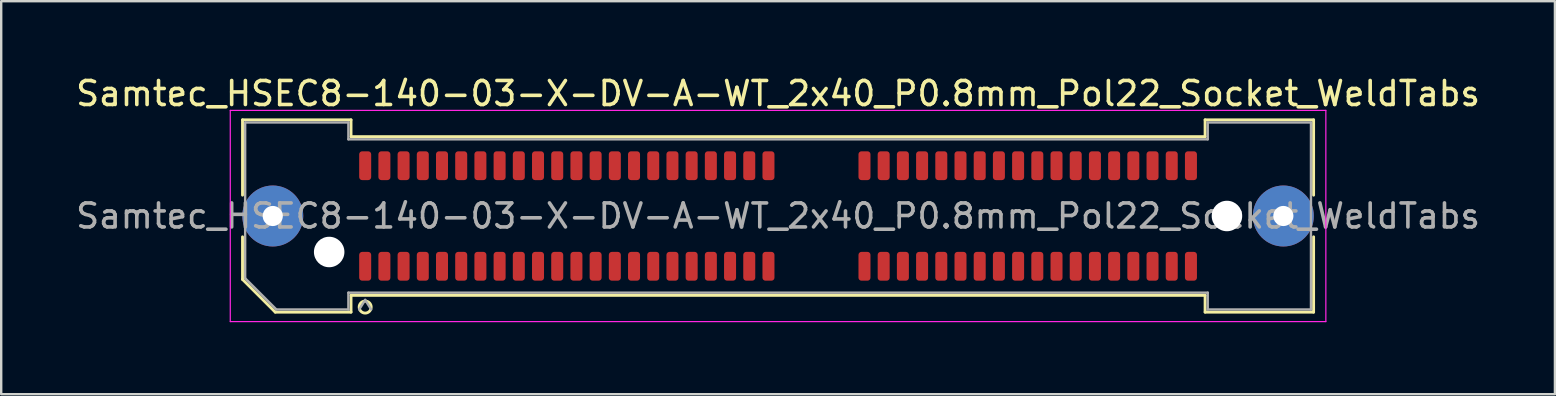
<source format=kicad_pcb>
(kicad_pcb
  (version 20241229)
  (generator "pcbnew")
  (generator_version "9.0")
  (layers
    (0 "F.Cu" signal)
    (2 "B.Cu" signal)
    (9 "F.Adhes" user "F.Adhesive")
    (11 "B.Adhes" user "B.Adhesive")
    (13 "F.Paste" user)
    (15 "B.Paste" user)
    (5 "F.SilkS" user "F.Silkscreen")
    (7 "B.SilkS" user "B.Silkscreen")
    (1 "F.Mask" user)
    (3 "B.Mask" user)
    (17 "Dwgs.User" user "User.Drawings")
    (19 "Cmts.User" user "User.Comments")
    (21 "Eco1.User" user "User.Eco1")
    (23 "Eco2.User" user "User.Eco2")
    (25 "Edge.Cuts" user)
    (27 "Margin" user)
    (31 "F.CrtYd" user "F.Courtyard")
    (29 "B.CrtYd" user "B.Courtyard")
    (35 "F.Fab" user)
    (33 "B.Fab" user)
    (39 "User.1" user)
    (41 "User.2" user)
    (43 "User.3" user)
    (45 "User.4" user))
  (footprint "Samtec_HSEC8-140-03-X-DV-A-WT_2x40_P0.8mm_Pol22_Socket_WeldTabs"
    (layer "F.Cu")
    (at 29.363 5.948)
    (property "Reference" "Samtec_HSEC8-140-03-X-DV-A-WT_2x40_P0.8mm_Pol22_Socket_WeldTabs" (at 0 -5.1 0) (layer "F.SilkS") (effects (font (size 1 1) (thickness 0.15))))
    (attr smd)
    (fp_line (start -22.31 -4.005) (end -17.79 -4.005) (stroke (width 0.12) (type solid)) (layer "F.SilkS"))
    (fp_line (start -22.31 -0.868) (end -22.31 -4.005) (stroke (width 0.12) (type solid)) (layer "F.SilkS"))
    (fp_line (start -22.31 2.641) (end -22.31 0.868) (stroke (width 0.12) (type solid)) (layer "F.SilkS"))
    (fp_line (start -20.946 4.005) (end -22.31 2.641) (stroke (width 0.12) (type solid)) (layer "F.SilkS"))
    (fp_line (start -17.79 -4.005) (end -17.79 -3.305) (stroke (width 0.12) (type solid)) (layer "F.SilkS"))
    (fp_line (start -17.79 -3.305) (end 17.79 -3.305) (stroke (width 0.12) (type solid)) (layer "F.SilkS"))
    (fp_line (start -17.79 3.305) (end -17.79 4.005) (stroke (width 0.12) (type solid)) (layer "F.SilkS"))
    (fp_line (start -17.79 4.005) (end -20.946 4.005) (stroke (width 0.12) (type solid)) (layer "F.SilkS"))
    (fp_line (start 17.79 -4.005) (end 22.31 -4.005) (stroke (width 0.12) (type solid)) (layer "F.SilkS"))
    (fp_line (start 17.79 -3.305) (end 17.79 -4.005) (stroke (width 0.12) (type solid)) (layer "F.SilkS"))
    (fp_line (start 17.79 3.305) (end -17.79 3.305) (stroke (width 0.12) (type solid)) (layer "F.SilkS"))
    (fp_line (start 17.79 4.005) (end 17.79 3.305) (stroke (width 0.12) (type solid)) (layer "F.SilkS"))
    (fp_line (start 22.31 -4.005) (end 22.31 -0.868) (stroke (width 0.12) (type solid)) (layer "F.SilkS"))
    (fp_line (start 22.31 0.868) (end 22.31 4.005) (stroke (width 0.12) (type solid)) (layer "F.SilkS"))
    (fp_line (start 22.31 4.005) (end 17.79 4.005) (stroke (width 0.12) (type solid)) (layer "F.SilkS"))
    (fp_arc (start -16.95 3.795) (mid -17.45 3.795) (end -16.95 3.795) (stroke (width 0.12) (type solid)) (layer "F.SilkS"))
    (fp_line (start -22.82 -4.4) (end -22.82 4.4) (stroke (width 0.05) (type solid)) (layer "F.CrtYd"))
    (fp_line (start -22.82 4.4) (end 22.82 4.4) (stroke (width 0.05) (type solid)) (layer "F.CrtYd"))
    (fp_line (start 22.82 -4.4) (end -22.82 -4.4) (stroke (width 0.05) (type solid)) (layer "F.CrtYd"))
    (fp_line (start 22.82 4.4) (end 22.82 -4.4) (stroke (width 0.05) (type solid)) (layer "F.CrtYd"))
    (fp_line (start -22.2 -3.895) (end -17.9 -3.895) (stroke (width 0.1) (type solid)) (layer "F.Fab"))
    (fp_line (start -22.2 2.595) (end -22.2 -3.895) (stroke (width 0.1) (type solid)) (layer "F.Fab"))
    (fp_line (start -20.9 3.895) (end -22.2 2.595) (stroke (width 0.1) (type solid)) (layer "F.Fab"))
    (fp_line (start -17.9 -3.895) (end -17.9 -3.195) (stroke (width 0.1) (type solid)) (layer "F.Fab"))
    (fp_line (start -17.9 -3.195) (end 17.9 -3.195) (stroke (width 0.1) (type solid)) (layer "F.Fab"))
    (fp_line (start -17.9 3.195) (end -17.9 3.895) (stroke (width 0.1) (type solid)) (layer "F.Fab"))
    (fp_line (start -17.9 3.895) (end -20.9 3.895) (stroke (width 0.1) (type solid)) (layer "F.Fab"))
    (fp_line (start -17.2 3.495) (end -17.45 3.895) (stroke (width 0.1) (type solid)) (layer "F.Fab"))
    (fp_line (start -17.2 3.495) (end -16.95 3.895) (stroke (width 0.1) (type solid)) (layer "F.Fab"))
    (fp_line (start 17.9 -3.895) (end 22.2 -3.895) (stroke (width 0.1) (type solid)) (layer "F.Fab"))
    (fp_line (start 17.9 -3.195) (end 17.9 -3.895) (stroke (width 0.1) (type solid)) (layer "F.Fab"))
    (fp_line (start 17.9 3.195) (end -17.9 3.195) (stroke (width 0.1) (type solid)) (layer "F.Fab"))
    (fp_line (start 17.9 3.895) (end 17.9 3.195) (stroke (width 0.1) (type solid)) (layer "F.Fab"))
    (fp_line (start 22.2 -3.895) (end 22.2 3.895) (stroke (width 0.1) (type solid)) (layer "F.Fab"))
    (fp_line (start 22.2 3.895) (end 17.9 3.895) (stroke (width 0.1) (type solid)) (layer "F.Fab"))
    (fp_text user "${REFERENCE}" (at 0 0 0) (layer "F.Fab") (effects (font (size 1 1) (thickness 0.15))))
    (pad "" thru_hole circle (at -21.05 0) (size 2.54 2.54) (drill 0.84) (layers "*.Cu" "*.Mask" "F.Paste"))
    (pad "" np_thru_hole circle (at -18.7 1.5) (size 1.27 1.27) (drill 1.27) (layers "*.Cu" "*.Mask"))
    (pad "" np_thru_hole circle (at 18.7 0) (size 1.27 1.27) (drill 1.27) (layers "*.Cu" "*.Mask"))
    (pad "" thru_hole circle (at 21.05 0) (size 2.54 2.54) (drill 0.84) (layers "*.Cu" "*.Mask" "F.Paste"))
    (pad "1" smd roundrect (at -17.2 2.095) (size 0.5 1.2) (layers "F.Cu" "F.Mask" "F.Paste") (roundrect_rratio 0.25))
    (pad "2" smd roundrect (at -17.2 -2.095) (size 0.5 1.2) (layers "F.Cu" "F.Mask" "F.Paste") (roundrect_rratio 0.25))
    (pad "3" smd roundrect (at -16.4 2.095) (size 0.5 1.2) (layers "F.Cu" "F.Mask" "F.Paste") (roundrect_rratio 0.25))
    (pad "4" smd roundrect (at -16.4 -2.095) (size 0.5 1.2) (layers "F.Cu" "F.Mask" "F.Paste") (roundrect_rratio 0.25))
    (pad "5" smd roundrect (at -15.6 2.095) (size 0.5 1.2) (layers "F.Cu" "F.Mask" "F.Paste") (roundrect_rratio 0.25))
    (pad "6" smd roundrect (at -15.6 -2.095) (size 0.5 1.2) (layers "F.Cu" "F.Mask" "F.Paste") (roundrect_rratio 0.25))
    (pad "7" smd roundrect (at -14.8 2.095) (size 0.5 1.2) (layers "F.Cu" "F.Mask" "F.Paste") (roundrect_rratio 0.25))
    (pad "8" smd roundrect (at -14.8 -2.095) (size 0.5 1.2) (layers "F.Cu" "F.Mask" "F.Paste") (roundrect_rratio 0.25))
    (pad "9" smd roundrect (at -14 2.095) (size 0.5 1.2) (layers "F.Cu" "F.Mask" "F.Paste") (roundrect_rratio 0.25))
    (pad "10" smd roundrect (at -14 -2.095) (size 0.5 1.2) (layers "F.Cu" "F.Mask" "F.Paste") (roundrect_rratio 0.25))
    (pad "11" smd roundrect (at -13.2 2.095) (size 0.5 1.2) (layers "F.Cu" "F.Mask" "F.Paste") (roundrect_rratio 0.25))
    (pad "12" smd roundrect (at -13.2 -2.095) (size 0.5 1.2) (layers "F.Cu" "F.Mask" "F.Paste") (roundrect_rratio 0.25))
    (pad "13" smd roundrect (at -12.4 2.095) (size 0.5 1.2) (layers "F.Cu" "F.Mask" "F.Paste") (roundrect_rratio 0.25))
    (pad "14" smd roundrect (at -12.4 -2.095) (size 0.5 1.2) (layers "F.Cu" "F.Mask" "F.Paste") (roundrect_rratio 0.25))
    (pad "15" smd roundrect (at -11.6 2.095) (size 0.5 1.2) (layers "F.Cu" "F.Mask" "F.Paste") (roundrect_rratio 0.25))
    (pad "16" smd roundrect (at -11.6 -2.095) (size 0.5 1.2) (layers "F.Cu" "F.Mask" "F.Paste") (roundrect_rratio 0.25))
    (pad "17" smd roundrect (at -10.8 2.095) (size 0.5 1.2) (layers "F.Cu" "F.Mask" "F.Paste") (roundrect_rratio 0.25))
    (pad "18" smd roundrect (at -10.8 -2.095) (size 0.5 1.2) (layers "F.Cu" "F.Mask" "F.Paste") (roundrect_rratio 0.25))
    (pad "19" smd roundrect (at -10 2.095) (size 0.5 1.2) (layers "F.Cu" "F.Mask" "F.Paste") (roundrect_rratio 0.25))
    (pad "20" smd roundrect (at -10 -2.095) (size 0.5 1.2) (layers "F.Cu" "F.Mask" "F.Paste") (roundrect_rratio 0.25))
    (pad "21" smd roundrect (at -9.2 2.095) (size 0.5 1.2) (layers "F.Cu" "F.Mask" "F.Paste") (roundrect_rratio 0.25))
    (pad "22" smd roundrect (at -9.2 -2.095) (size 0.5 1.2) (layers "F.Cu" "F.Mask" "F.Paste") (roundrect_rratio 0.25))
    (pad "23" smd roundrect (at -8.4 2.095) (size 0.5 1.2) (layers "F.Cu" "F.Mask" "F.Paste") (roundrect_rratio 0.25))
    (pad "24" smd roundrect (at -8.4 -2.095) (size 0.5 1.2) (layers "F.Cu" "F.Mask" "F.Paste") (roundrect_rratio 0.25))
    (pad "25" smd roundrect (at -7.6 2.095) (size 0.5 1.2) (layers "F.Cu" "F.Mask" "F.Paste") (roundrect_rratio 0.25))
    (pad "26" smd roundrect (at -7.6 -2.095) (size 0.5 1.2) (layers "F.Cu" "F.Mask" "F.Paste") (roundrect_rratio 0.25))
    (pad "27" smd roundrect (at -6.8 2.095) (size 0.5 1.2) (layers "F.Cu" "F.Mask" "F.Paste") (roundrect_rratio 0.25))
    (pad "28" smd roundrect (at -6.8 -2.095) (size 0.5 1.2) (layers "F.Cu" "F.Mask" "F.Paste") (roundrect_rratio 0.25))
    (pad "29" smd roundrect (at -6 2.095) (size 0.5 1.2) (layers "F.Cu" "F.Mask" "F.Paste") (roundrect_rratio 0.25))
    (pad "30" smd roundrect (at -6 -2.095) (size 0.5 1.2) (layers "F.Cu" "F.Mask" "F.Paste") (roundrect_rratio 0.25))
    (pad "31" smd roundrect (at -5.2 2.095) (size 0.5 1.2) (layers "F.Cu" "F.Mask" "F.Paste") (roundrect_rratio 0.25))
    (pad "32" smd roundrect (at -5.2 -2.095) (size 0.5 1.2) (layers "F.Cu" "F.Mask" "F.Paste") (roundrect_rratio 0.25))
    (pad "33" smd roundrect (at -4.4 2.095) (size 0.5 1.2) (layers "F.Cu" "F.Mask" "F.Paste") (roundrect_rratio 0.25))
    (pad "34" smd roundrect (at -4.4 -2.095) (size 0.5 1.2) (layers "F.Cu" "F.Mask" "F.Paste") (roundrect_rratio 0.25))
    (pad "35" smd roundrect (at -3.6 2.095) (size 0.5 1.2) (layers "F.Cu" "F.Mask" "F.Paste") (roundrect_rratio 0.25))
    (pad "36" smd roundrect (at -3.6 -2.095) (size 0.5 1.2) (layers "F.Cu" "F.Mask" "F.Paste") (roundrect_rratio 0.25))
    (pad "37" smd roundrect (at -2.8 2.095) (size 0.5 1.2) (layers "F.Cu" "F.Mask" "F.Paste") (roundrect_rratio 0.25))
    (pad "38" smd roundrect (at -2.8 -2.095) (size 0.5 1.2) (layers "F.Cu" "F.Mask" "F.Paste") (roundrect_rratio 0.25))
    (pad "39" smd roundrect (at -2 2.095) (size 0.5 1.2) (layers "F.Cu" "F.Mask" "F.Paste") (roundrect_rratio 0.25))
    (pad "40" smd roundrect (at -2 -2.095) (size 0.5 1.2) (layers "F.Cu" "F.Mask" "F.Paste") (roundrect_rratio 0.25))
    (pad "41" smd roundrect (at -1.2 2.095) (size 0.5 1.2) (layers "F.Cu" "F.Mask" "F.Paste") (roundrect_rratio 0.25))
    (pad "42" smd roundrect (at -1.2 -2.095) (size 0.5 1.2) (layers "F.Cu" "F.Mask" "F.Paste") (roundrect_rratio 0.25))
    (pad "43" smd roundrect (at -0.4 2.095) (size 0.5 1.2) (layers "F.Cu" "F.Mask" "F.Paste") (roundrect_rratio 0.25))
    (pad "44" smd roundrect (at -0.4 -2.095) (size 0.5 1.2) (layers "F.Cu" "F.Mask" "F.Paste") (roundrect_rratio 0.25))
    (pad "45" smd roundrect (at 3.6 2.095) (size 0.5 1.2) (layers "F.Cu" "F.Mask" "F.Paste") (roundrect_rratio 0.25))
    (pad "46" smd roundrect (at 3.6 -2.095) (size 0.5 1.2) (layers "F.Cu" "F.Mask" "F.Paste") (roundrect_rratio 0.25))
    (pad "47" smd roundrect (at 4.4 2.095) (size 0.5 1.2) (layers "F.Cu" "F.Mask" "F.Paste") (roundrect_rratio 0.25))
    (pad "48" smd roundrect (at 4.4 -2.095) (size 0.5 1.2) (layers "F.Cu" "F.Mask" "F.Paste") (roundrect_rratio 0.25))
    (pad "49" smd roundrect (at 5.2 2.095) (size 0.5 1.2) (layers "F.Cu" "F.Mask" "F.Paste") (roundrect_rratio 0.25))
    (pad "50" smd roundrect (at 5.2 -2.095) (size 0.5 1.2) (layers "F.Cu" "F.Mask" "F.Paste") (roundrect_rratio 0.25))
    (pad "51" smd roundrect (at 6 2.095) (size 0.5 1.2) (layers "F.Cu" "F.Mask" "F.Paste") (roundrect_rratio 0.25))
    (pad "52" smd roundrect (at 6 -2.095) (size 0.5 1.2) (layers "F.Cu" "F.Mask" "F.Paste") (roundrect_rratio 0.25))
    (pad "53" smd roundrect (at 6.8 2.095) (size 0.5 1.2) (layers "F.Cu" "F.Mask" "F.Paste") (roundrect_rratio 0.25))
    (pad "54" smd roundrect (at 6.8 -2.095) (size 0.5 1.2) (layers "F.Cu" "F.Mask" "F.Paste") (roundrect_rratio 0.25))
    (pad "55" smd roundrect (at 7.6 2.095) (size 0.5 1.2) (layers "F.Cu" "F.Mask" "F.Paste") (roundrect_rratio 0.25))
    (pad "56" smd roundrect (at 7.6 -2.095) (size 0.5 1.2) (layers "F.Cu" "F.Mask" "F.Paste") (roundrect_rratio 0.25))
    (pad "57" smd roundrect (at 8.4 2.095) (size 0.5 1.2) (layers "F.Cu" "F.Mask" "F.Paste") (roundrect_rratio 0.25))
    (pad "58" smd roundrect (at 8.4 -2.095) (size 0.5 1.2) (layers "F.Cu" "F.Mask" "F.Paste") (roundrect_rratio 0.25))
    (pad "59" smd roundrect (at 9.2 2.095) (size 0.5 1.2) (layers "F.Cu" "F.Mask" "F.Paste") (roundrect_rratio 0.25))
    (pad "60" smd roundrect (at 9.2 -2.095) (size 0.5 1.2) (layers "F.Cu" "F.Mask" "F.Paste") (roundrect_rratio 0.25))
    (pad "61" smd roundrect (at 10 2.095) (size 0.5 1.2) (layers "F.Cu" "F.Mask" "F.Paste") (roundrect_rratio 0.25))
    (pad "62" smd roundrect (at 10 -2.095) (size 0.5 1.2) (layers "F.Cu" "F.Mask" "F.Paste") (roundrect_rratio 0.25))
    (pad "63" smd roundrect (at 10.8 2.095) (size 0.5 1.2) (layers "F.Cu" "F.Mask" "F.Paste") (roundrect_rratio 0.25))
    (pad "64" smd roundrect (at 10.8 -2.095) (size 0.5 1.2) (layers "F.Cu" "F.Mask" "F.Paste") (roundrect_rratio 0.25))
    (pad "65" smd roundrect (at 11.6 2.095) (size 0.5 1.2) (layers "F.Cu" "F.Mask" "F.Paste") (roundrect_rratio 0.25))
    (pad "66" smd roundrect (at 11.6 -2.095) (size 0.5 1.2) (layers "F.Cu" "F.Mask" "F.Paste") (roundrect_rratio 0.25))
    (pad "67" smd roundrect (at 12.4 2.095) (size 0.5 1.2) (layers "F.Cu" "F.Mask" "F.Paste") (roundrect_rratio 0.25))
    (pad "68" smd roundrect (at 12.4 -2.095) (size 0.5 1.2) (layers "F.Cu" "F.Mask" "F.Paste") (roundrect_rratio 0.25))
    (pad "69" smd roundrect (at 13.2 2.095) (size 0.5 1.2) (layers "F.Cu" "F.Mask" "F.Paste") (roundrect_rratio 0.25))
    (pad "70" smd roundrect (at 13.2 -2.095) (size 0.5 1.2) (layers "F.Cu" "F.Mask" "F.Paste") (roundrect_rratio 0.25))
    (pad "71" smd roundrect (at 14 2.095) (size 0.5 1.2) (layers "F.Cu" "F.Mask" "F.Paste") (roundrect_rratio 0.25))
    (pad "72" smd roundrect (at 14 -2.095) (size 0.5 1.2) (layers "F.Cu" "F.Mask" "F.Paste") (roundrect_rratio 0.25))
    (pad "73" smd roundrect (at 14.8 2.095) (size 0.5 1.2) (layers "F.Cu" "F.Mask" "F.Paste") (roundrect_rratio 0.25))
    (pad "74" smd roundrect (at 14.8 -2.095) (size 0.5 1.2) (layers "F.Cu" "F.Mask" "F.Paste") (roundrect_rratio 0.25))
    (pad "75" smd roundrect (at 15.6 2.095) (size 0.5 1.2) (layers "F.Cu" "F.Mask" "F.Paste") (roundrect_rratio 0.25))
    (pad "76" smd roundrect (at 15.6 -2.095) (size 0.5 1.2) (layers "F.Cu" "F.Mask" "F.Paste") (roundrect_rratio 0.25))
    (pad "77" smd roundrect (at 16.4 2.095) (size 0.5 1.2) (layers "F.Cu" "F.Mask" "F.Paste") (roundrect_rratio 0.25))
    (pad "78" smd roundrect (at 16.4 -2.095) (size 0.5 1.2) (layers "F.Cu" "F.Mask" "F.Paste") (roundrect_rratio 0.25))
    (pad "79" smd roundrect (at 17.2 2.095) (size 0.5 1.2) (layers "F.Cu" "F.Mask" "F.Paste") (roundrect_rratio 0.25))
    (pad "80" smd roundrect (at 17.2 -2.095) (size 0.5 1.2) (layers "F.Cu" "F.Mask" "F.Paste") (roundrect_rratio 0.25)))
  (gr_rect
    (start -3 -3)
    (end 61.726 13.373)
    (stroke (width 0.1) (type default))
    (fill no)
    (layer "Edge.Cuts")))
</source>
